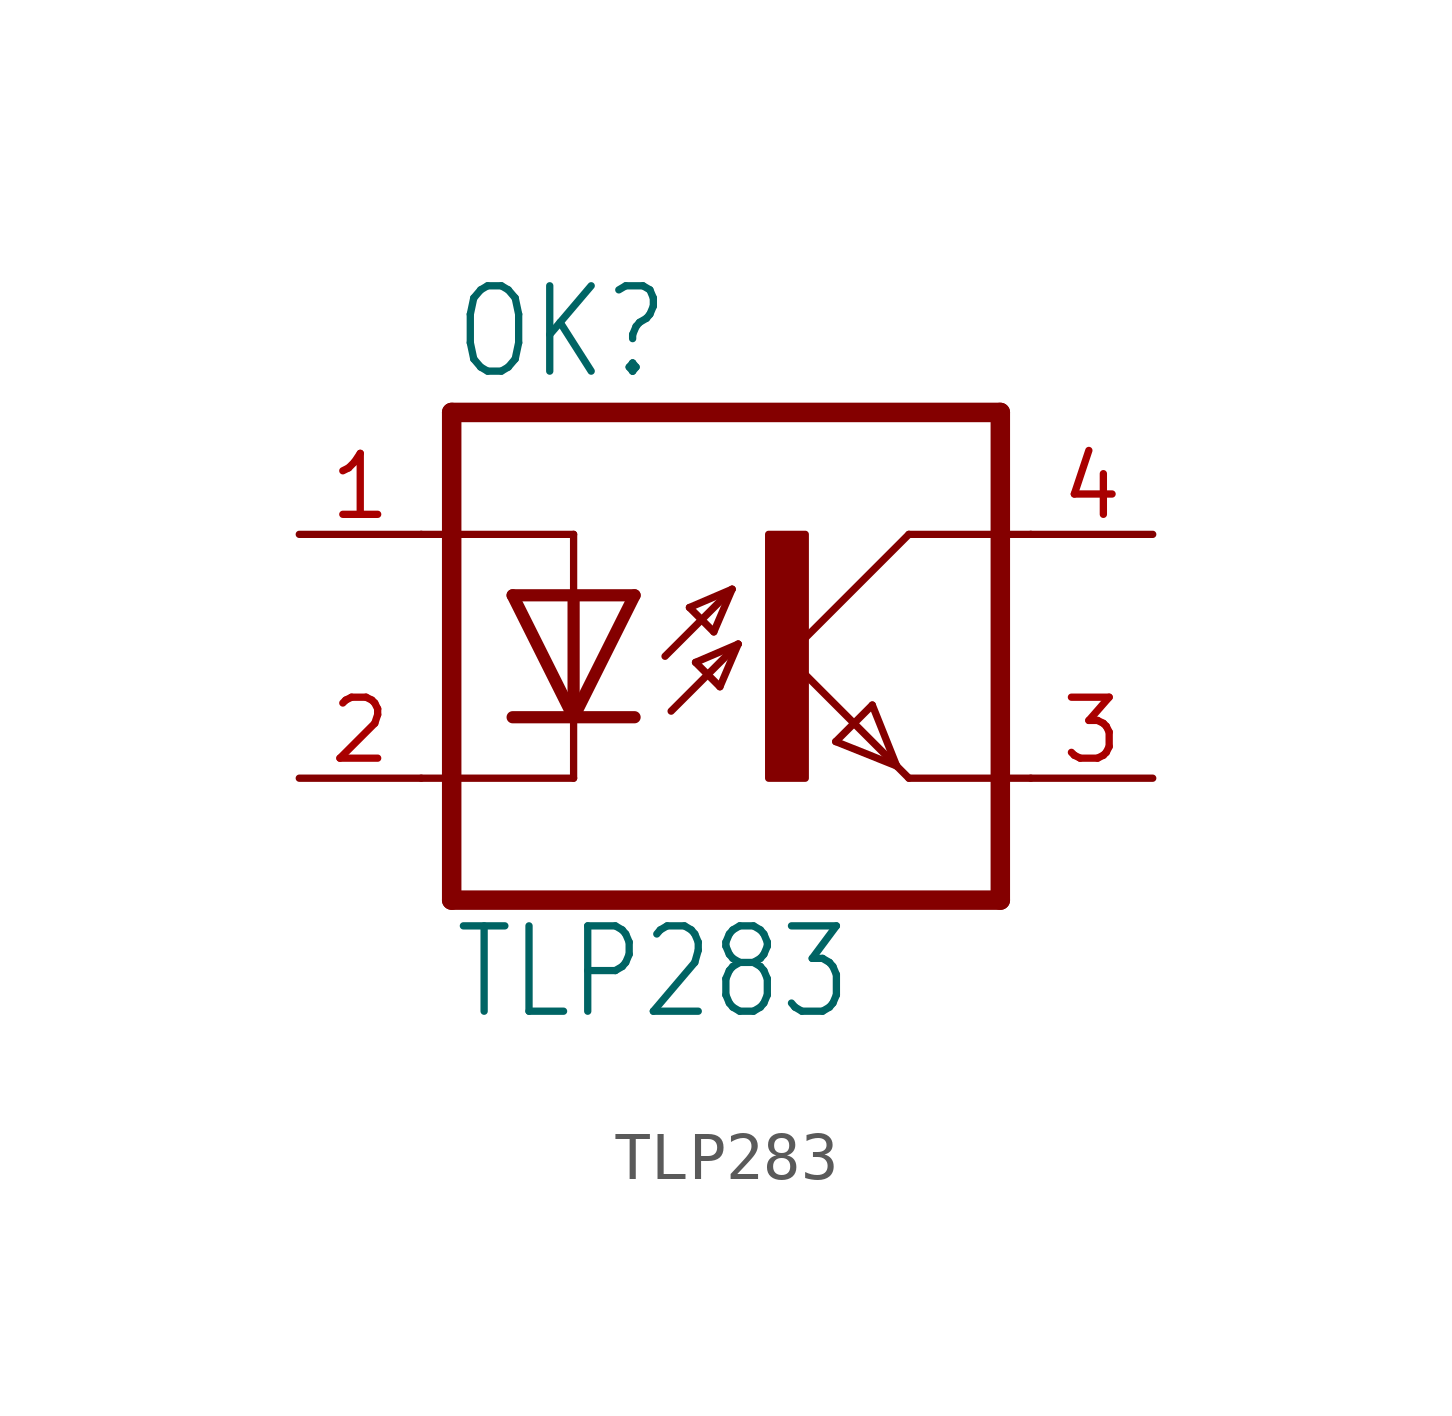
<source format=kicad_sym>
(kicad_symbol_lib
  (version 20211014)
  (generator kicad_symbol_editor)
  (symbol "TLP283"
    (property "Reference" "OK"
      (at -6.985 5.715 0)
      (effects (font (size 1.778 1.511)) (justify left bottom)))
    (property "Value" "TLP283"
      (at -6.985 -7.62 0)
      (effects (font (size 1.778 1.511)) (justify left bottom)))
    (property "ki_locked" ""
      (at 0 0 0)
      (effects (font (size 1.27 1.27))))
    (symbol "TLP283_1_0"
      (rectangle (start -0.381 -2.54) (end 0.381 2.54) (stroke (width 0) (type default) (color 0 0 0 0)) (fill (type outline)))
      (polyline (pts (xy -6.985 -5.08) (xy 4.445 -5.08)) (stroke (width 0.406) (type default) (color 0 0 0 0)) (fill (type none)))
      (polyline (pts (xy -6.985 5.08) (xy -6.985 -5.08)) (stroke (width 0.406) (type default) (color 0 0 0 0)) (fill (type none)))
      (polyline (pts (xy -6.985 5.08) (xy 4.445 5.08)) (stroke (width 0.406) (type default) (color 0 0 0 0)) (fill (type none)))
      (polyline (pts (xy -4.445 -2.54) (xy -7.62 -2.54)) (stroke (width 0.152) (type default) (color 0 0 0 0)) (fill (type none)))
      (polyline (pts (xy -4.445 -1.27) (xy -5.715 -1.27)) (stroke (width 0.254) (type default) (color 0 0 0 0)) (fill (type none)))
      (polyline (pts (xy -4.445 -1.27) (xy -5.715 1.27)) (stroke (width 0.254) (type default) (color 0 0 0 0)) (fill (type none)))
      (polyline (pts (xy -4.445 -1.27) (xy -4.445 -2.54)) (stroke (width 0.152) (type default) (color 0 0 0 0)) (fill (type none)))
      (polyline (pts (xy -4.445 1.27) (xy -5.715 1.27)) (stroke (width 0.254) (type default) (color 0 0 0 0)) (fill (type none)))
      (polyline (pts (xy -4.445 1.27) (xy -4.445 -1.27)) (stroke (width 0.254) (type default) (color 0 0 0 0)) (fill (type none)))
      (polyline (pts (xy -4.445 2.54) (xy -7.62 2.54)) (stroke (width 0.152) (type default) (color 0 0 0 0)) (fill (type none)))
      (polyline (pts (xy -4.445 2.54) (xy -4.445 1.27)) (stroke (width 0.152) (type default) (color 0 0 0 0)) (fill (type none)))
      (polyline (pts (xy -3.175 -1.27) (xy -4.445 -1.27)) (stroke (width 0.254) (type default) (color 0 0 0 0)) (fill (type none)))
      (polyline (pts (xy -3.175 1.27) (xy -4.445 -1.27)) (stroke (width 0.254) (type default) (color 0 0 0 0)) (fill (type none)))
      (polyline (pts (xy -3.175 1.27) (xy -4.445 1.27)) (stroke (width 0.254) (type default) (color 0 0 0 0)) (fill (type none)))
      (polyline (pts (xy -2.54 0) (xy -1.143 1.397)) (stroke (width 0.152) (type default) (color 0 0 0 0)) (fill (type none)))
      (polyline (pts (xy -2.413 -1.143) (xy -1.016 0.254)) (stroke (width 0.152) (type default) (color 0 0 0 0)) (fill (type none)))
      (polyline (pts (xy -2.032 1.016) (xy -1.524 0.508)) (stroke (width 0.152) (type default) (color 0 0 0 0)) (fill (type none)))
      (polyline (pts (xy -1.905 -0.127) (xy -1.397 -0.635)) (stroke (width 0.152) (type default) (color 0 0 0 0)) (fill (type none)))
      (polyline (pts (xy -1.524 0.508) (xy -1.143 1.397)) (stroke (width 0.152) (type default) (color 0 0 0 0)) (fill (type none)))
      (polyline (pts (xy -1.397 -0.635) (xy -1.016 0.254)) (stroke (width 0.152) (type default) (color 0 0 0 0)) (fill (type none)))
      (polyline (pts (xy -1.143 1.397) (xy -2.032 1.016)) (stroke (width 0.152) (type default) (color 0 0 0 0)) (fill (type none)))
      (polyline (pts (xy -1.016 0.254) (xy -1.905 -0.127)) (stroke (width 0.152) (type default) (color 0 0 0 0)) (fill (type none)))
      (polyline (pts (xy 0 0) (xy 2.286 -2.286)) (stroke (width 0.152) (type default) (color 0 0 0 0)) (fill (type none)))
      (polyline (pts (xy 1.016 -1.778) (xy 1.778 -1.016)) (stroke (width 0.152) (type default) (color 0 0 0 0)) (fill (type none)))
      (polyline (pts (xy 1.778 -1.016) (xy 2.286 -2.286)) (stroke (width 0.152) (type default) (color 0 0 0 0)) (fill (type none)))
      (polyline (pts (xy 2.286 -2.286) (xy 1.016 -1.778)) (stroke (width 0.152) (type default) (color 0 0 0 0)) (fill (type none)))
      (polyline (pts (xy 2.286 -2.286) (xy 2.54 -2.54)) (stroke (width 0.152) (type default) (color 0 0 0 0)) (fill (type none)))
      (polyline (pts (xy 2.54 -2.54) (xy 5.08 -2.54)) (stroke (width 0.152) (type default) (color 0 0 0 0)) (fill (type none)))
      (polyline (pts (xy 2.54 2.54) (xy 0 0)) (stroke (width 0.152) (type default) (color 0 0 0 0)) (fill (type none)))
      (polyline (pts (xy 2.54 2.54) (xy 5.08 2.54)) (stroke (width 0.152) (type default) (color 0 0 0 0)) (fill (type none)))
      (polyline (pts (xy 4.445 5.08) (xy 4.445 -5.08)) (stroke (width 0.406) (type default) (color 0 0 0 0)) (fill (type none)))
      (pin passive line (at -10.16 2.54 0) (length 2.54) (name "A" (effects (font (size 0 0)))) (number "1" (effects (font (size 1.27 1.27)))))
      (pin passive line (at -10.16 -2.54 0) (length 2.54) (name "C" (effects (font (size 0 0)))) (number "2" (effects (font (size 1.27 1.27)))))
      (pin passive line (at 7.62 -2.54 180) (length 2.54) (name "EMIT" (effects (font (size 0 0)))) (number "3" (effects (font (size 1.27 1.27)))))
      (pin passive line (at 7.62 2.54 180) (length 2.54) (name "COL" (effects (font (size 0 0)))) (number "4" (effects (font (size 1.27 1.27))))))))
</source>
